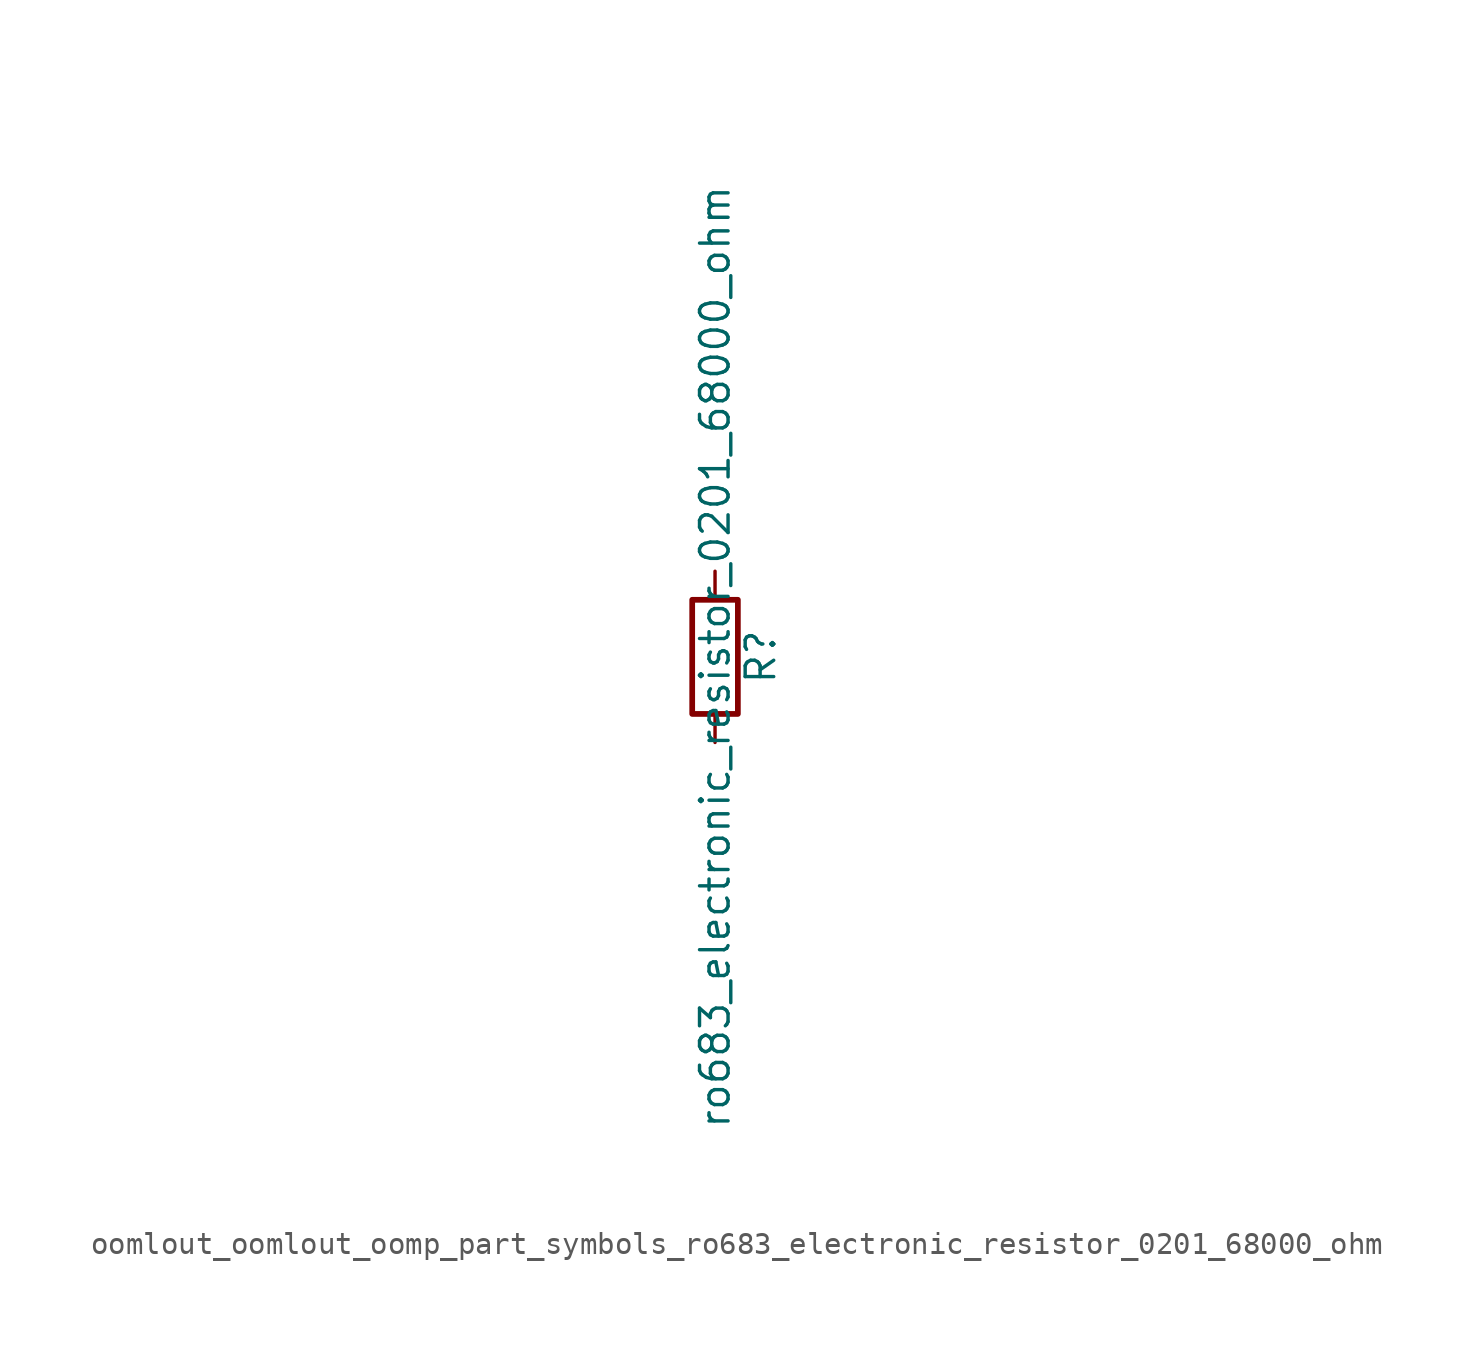
<source format=kicad_sym>
(kicad_symbol_lib
  (version 20220914)
  (generator kicad_symbol_editor)
  (symbol "oomlout_oomlout_oomp_part_symbols_ro683_electronic_resistor_0201_68000_ohm"
    (pin_numbers hide)
    (pin_names
      (offset 0))
    (property "Reference" "R"
      (at 2.032 0 90)
      (effects (font (size 1.27 1.27))))
    (property "Value" "ro683_electronic_resistor_0201_68000_ohm"
      (at 0 0 90)
      (effects (font (size 1.27 1.27))))
    (symbol "oomlout_oomlout_oomp_part_symbols_ro683_electronic_resistor_0201_68000_ohm_0_1"
      (rectangle (start -1.016 -2.54) (end 1.016 2.54) (stroke (width 0.254) (type default)) (fill (type none))))
    (symbol "oomlout_oomlout_oomp_part_symbols_ro683_electronic_resistor_0201_68000_ohm_1_1"
      (pin passive line (at 0 3.81 270) (length 1.27) (name "~" (effects (font (size 1.27 1.27)))) (number "1" (effects (font (size 1.27 1.27)))))
      (pin passive line (at 0 -3.81 90) (length 1.27) (name "~" (effects (font (size 1.27 1.27)))) (number "2" (effects (font (size 1.27 1.27))))))))
</source>
